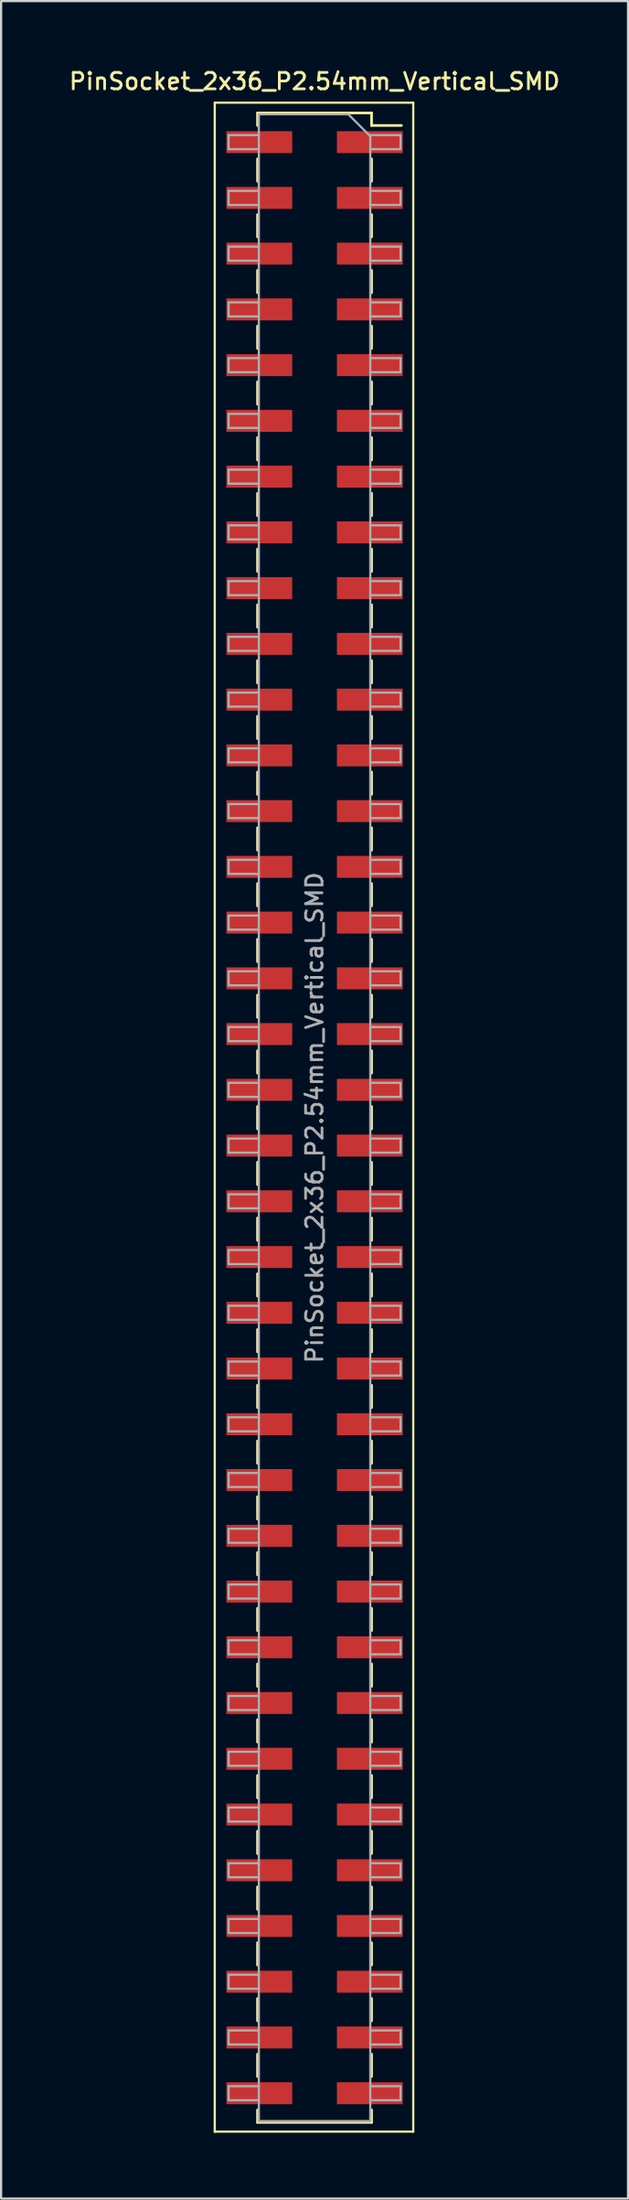
<source format=kicad_pcb>
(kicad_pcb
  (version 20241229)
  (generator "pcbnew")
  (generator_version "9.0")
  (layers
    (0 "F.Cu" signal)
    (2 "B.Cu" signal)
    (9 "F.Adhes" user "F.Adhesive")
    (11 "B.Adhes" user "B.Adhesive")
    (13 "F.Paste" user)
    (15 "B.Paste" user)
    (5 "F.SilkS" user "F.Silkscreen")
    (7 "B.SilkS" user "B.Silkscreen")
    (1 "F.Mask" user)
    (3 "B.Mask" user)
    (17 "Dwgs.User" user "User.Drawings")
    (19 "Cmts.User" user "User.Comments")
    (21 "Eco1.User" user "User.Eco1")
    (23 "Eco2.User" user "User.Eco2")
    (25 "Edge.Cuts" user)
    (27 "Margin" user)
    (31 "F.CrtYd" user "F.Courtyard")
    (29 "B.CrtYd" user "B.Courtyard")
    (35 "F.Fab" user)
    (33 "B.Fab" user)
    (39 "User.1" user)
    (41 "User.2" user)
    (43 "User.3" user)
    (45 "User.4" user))
  (footprint "PinSocket_2x36_P2.54mm_Vertical_SMD"
    (layer "F.Cu")
    (at 11.291 47.878)
    (property "Reference" "PinSocket_2x36_P2.54mm_Vertical_SMD" (at 0 -47.22 0) (layer "F.SilkS") (effects (font (size 0.75 0.75) (thickness 0.125))))
    (attr smd)
    (fp_line (start -4.55 -46.25) (end 4.5 -46.25) (stroke (width 0.1) (type solid)) (layer "F.SilkS"))
    (fp_line (start -4.55 46.2) (end -4.55 -46.25) (stroke (width 0.1) (type solid)) (layer "F.SilkS"))
    (fp_line (start -2.6 -45.78) (end -2.6 -45.21) (stroke (width 0.12) (type solid)) (layer "F.SilkS"))
    (fp_line (start -2.6 -45.78) (end 2.6 -45.78) (stroke (width 0.12) (type solid)) (layer "F.SilkS"))
    (fp_line (start -2.6 -43.69) (end -2.6 -42.67) (stroke (width 0.12) (type solid)) (layer "F.SilkS"))
    (fp_line (start -2.6 -41.15) (end -2.6 -40.13) (stroke (width 0.12) (type solid)) (layer "F.SilkS"))
    (fp_line (start -2.6 -38.61) (end -2.6 -37.59) (stroke (width 0.12) (type solid)) (layer "F.SilkS"))
    (fp_line (start -2.6 -36.07) (end -2.6 -35.05) (stroke (width 0.12) (type solid)) (layer "F.SilkS"))
    (fp_line (start -2.6 -33.53) (end -2.6 -32.51) (stroke (width 0.12) (type solid)) (layer "F.SilkS"))
    (fp_line (start -2.6 -30.99) (end -2.6 -29.97) (stroke (width 0.12) (type solid)) (layer "F.SilkS"))
    (fp_line (start -2.6 -28.45) (end -2.6 -27.43) (stroke (width 0.12) (type solid)) (layer "F.SilkS"))
    (fp_line (start -2.6 -25.91) (end -2.6 -24.89) (stroke (width 0.12) (type solid)) (layer "F.SilkS"))
    (fp_line (start -2.6 -23.37) (end -2.6 -22.35) (stroke (width 0.12) (type solid)) (layer "F.SilkS"))
    (fp_line (start -2.6 -20.83) (end -2.6 -19.81) (stroke (width 0.12) (type solid)) (layer "F.SilkS"))
    (fp_line (start -2.6 -18.29) (end -2.6 -17.27) (stroke (width 0.12) (type solid)) (layer "F.SilkS"))
    (fp_line (start -2.6 -15.75) (end -2.6 -14.73) (stroke (width 0.12) (type solid)) (layer "F.SilkS"))
    (fp_line (start -2.6 -13.21) (end -2.6 -12.19) (stroke (width 0.12) (type solid)) (layer "F.SilkS"))
    (fp_line (start -2.6 -10.67) (end -2.6 -9.65) (stroke (width 0.12) (type solid)) (layer "F.SilkS"))
    (fp_line (start -2.6 -8.13) (end -2.6 -7.11) (stroke (width 0.12) (type solid)) (layer "F.SilkS"))
    (fp_line (start -2.6 -5.59) (end -2.6 -4.57) (stroke (width 0.12) (type solid)) (layer "F.SilkS"))
    (fp_line (start -2.6 -3.05) (end -2.6 -2.03) (stroke (width 0.12) (type solid)) (layer "F.SilkS"))
    (fp_line (start -2.6 -0.51) (end -2.6 0.51) (stroke (width 0.12) (type solid)) (layer "F.SilkS"))
    (fp_line (start -2.6 2.03) (end -2.6 3.05) (stroke (width 0.12) (type solid)) (layer "F.SilkS"))
    (fp_line (start -2.6 4.57) (end -2.6 5.59) (stroke (width 0.12) (type solid)) (layer "F.SilkS"))
    (fp_line (start -2.6 7.11) (end -2.6 8.13) (stroke (width 0.12) (type solid)) (layer "F.SilkS"))
    (fp_line (start -2.6 9.65) (end -2.6 10.67) (stroke (width 0.12) (type solid)) (layer "F.SilkS"))
    (fp_line (start -2.6 12.19) (end -2.6 13.21) (stroke (width 0.12) (type solid)) (layer "F.SilkS"))
    (fp_line (start -2.6 14.73) (end -2.6 15.75) (stroke (width 0.12) (type solid)) (layer "F.SilkS"))
    (fp_line (start -2.6 17.27) (end -2.6 18.29) (stroke (width 0.12) (type solid)) (layer "F.SilkS"))
    (fp_line (start -2.6 19.81) (end -2.6 20.83) (stroke (width 0.12) (type solid)) (layer "F.SilkS"))
    (fp_line (start -2.6 22.35) (end -2.6 23.37) (stroke (width 0.12) (type solid)) (layer "F.SilkS"))
    (fp_line (start -2.6 24.89) (end -2.6 25.91) (stroke (width 0.12) (type solid)) (layer "F.SilkS"))
    (fp_line (start -2.6 27.43) (end -2.6 28.45) (stroke (width 0.12) (type solid)) (layer "F.SilkS"))
    (fp_line (start -2.6 29.97) (end -2.6 30.99) (stroke (width 0.12) (type solid)) (layer "F.SilkS"))
    (fp_line (start -2.6 32.51) (end -2.6 33.53) (stroke (width 0.12) (type solid)) (layer "F.SilkS"))
    (fp_line (start -2.6 35.05) (end -2.6 36.07) (stroke (width 0.12) (type solid)) (layer "F.SilkS"))
    (fp_line (start -2.6 37.59) (end -2.6 38.61) (stroke (width 0.12) (type solid)) (layer "F.SilkS"))
    (fp_line (start -2.6 40.13) (end -2.6 41.15) (stroke (width 0.12) (type solid)) (layer "F.SilkS"))
    (fp_line (start -2.6 42.67) (end -2.6 43.69) (stroke (width 0.12) (type solid)) (layer "F.SilkS"))
    (fp_line (start -2.6 45.21) (end -2.6 45.78) (stroke (width 0.12) (type solid)) (layer "F.SilkS"))
    (fp_line (start -2.6 45.78) (end 2.6 45.78) (stroke (width 0.12) (type solid)) (layer "F.SilkS"))
    (fp_line (start 2.6 -45.78) (end 2.6 -45.21) (stroke (width 0.12) (type solid)) (layer "F.SilkS"))
    (fp_line (start 2.6 -45.21) (end 3.96 -45.21) (stroke (width 0.12) (type solid)) (layer "F.SilkS"))
    (fp_line (start 2.6 -43.69) (end 2.6 -42.67) (stroke (width 0.12) (type solid)) (layer "F.SilkS"))
    (fp_line (start 2.6 -41.15) (end 2.6 -40.13) (stroke (width 0.12) (type solid)) (layer "F.SilkS"))
    (fp_line (start 2.6 -38.61) (end 2.6 -37.59) (stroke (width 0.12) (type solid)) (layer "F.SilkS"))
    (fp_line (start 2.6 -36.07) (end 2.6 -35.05) (stroke (width 0.12) (type solid)) (layer "F.SilkS"))
    (fp_line (start 2.6 -33.53) (end 2.6 -32.51) (stroke (width 0.12) (type solid)) (layer "F.SilkS"))
    (fp_line (start 2.6 -30.99) (end 2.6 -29.97) (stroke (width 0.12) (type solid)) (layer "F.SilkS"))
    (fp_line (start 2.6 -28.45) (end 2.6 -27.43) (stroke (width 0.12) (type solid)) (layer "F.SilkS"))
    (fp_line (start 2.6 -25.91) (end 2.6 -24.89) (stroke (width 0.12) (type solid)) (layer "F.SilkS"))
    (fp_line (start 2.6 -23.37) (end 2.6 -22.35) (stroke (width 0.12) (type solid)) (layer "F.SilkS"))
    (fp_line (start 2.6 -20.83) (end 2.6 -19.81) (stroke (width 0.12) (type solid)) (layer "F.SilkS"))
    (fp_line (start 2.6 -18.29) (end 2.6 -17.27) (stroke (width 0.12) (type solid)) (layer "F.SilkS"))
    (fp_line (start 2.6 -15.75) (end 2.6 -14.73) (stroke (width 0.12) (type solid)) (layer "F.SilkS"))
    (fp_line (start 2.6 -13.21) (end 2.6 -12.19) (stroke (width 0.12) (type solid)) (layer "F.SilkS"))
    (fp_line (start 2.6 -10.67) (end 2.6 -9.65) (stroke (width 0.12) (type solid)) (layer "F.SilkS"))
    (fp_line (start 2.6 -8.13) (end 2.6 -7.11) (stroke (width 0.12) (type solid)) (layer "F.SilkS"))
    (fp_line (start 2.6 -5.59) (end 2.6 -4.57) (stroke (width 0.12) (type solid)) (layer "F.SilkS"))
    (fp_line (start 2.6 -3.05) (end 2.6 -2.03) (stroke (width 0.12) (type solid)) (layer "F.SilkS"))
    (fp_line (start 2.6 -0.51) (end 2.6 0.51) (stroke (width 0.12) (type solid)) (layer "F.SilkS"))
    (fp_line (start 2.6 2.03) (end 2.6 3.05) (stroke (width 0.12) (type solid)) (layer "F.SilkS"))
    (fp_line (start 2.6 4.57) (end 2.6 5.59) (stroke (width 0.12) (type solid)) (layer "F.SilkS"))
    (fp_line (start 2.6 7.11) (end 2.6 8.13) (stroke (width 0.12) (type solid)) (layer "F.SilkS"))
    (fp_line (start 2.6 9.65) (end 2.6 10.67) (stroke (width 0.12) (type solid)) (layer "F.SilkS"))
    (fp_line (start 2.6 12.19) (end 2.6 13.21) (stroke (width 0.12) (type solid)) (layer "F.SilkS"))
    (fp_line (start 2.6 14.73) (end 2.6 15.75) (stroke (width 0.12) (type solid)) (layer "F.SilkS"))
    (fp_line (start 2.6 17.27) (end 2.6 18.29) (stroke (width 0.12) (type solid)) (layer "F.SilkS"))
    (fp_line (start 2.6 19.81) (end 2.6 20.83) (stroke (width 0.12) (type solid)) (layer "F.SilkS"))
    (fp_line (start 2.6 22.35) (end 2.6 23.37) (stroke (width 0.12) (type solid)) (layer "F.SilkS"))
    (fp_line (start 2.6 24.89) (end 2.6 25.91) (stroke (width 0.12) (type solid)) (layer "F.SilkS"))
    (fp_line (start 2.6 27.43) (end 2.6 28.45) (stroke (width 0.12) (type solid)) (layer "F.SilkS"))
    (fp_line (start 2.6 29.97) (end 2.6 30.99) (stroke (width 0.12) (type solid)) (layer "F.SilkS"))
    (fp_line (start 2.6 32.51) (end 2.6 33.53) (stroke (width 0.12) (type solid)) (layer "F.SilkS"))
    (fp_line (start 2.6 35.05) (end 2.6 36.07) (stroke (width 0.12) (type solid)) (layer "F.SilkS"))
    (fp_line (start 2.6 37.59) (end 2.6 38.61) (stroke (width 0.12) (type solid)) (layer "F.SilkS"))
    (fp_line (start 2.6 40.13) (end 2.6 41.15) (stroke (width 0.12) (type solid)) (layer "F.SilkS"))
    (fp_line (start 2.6 42.67) (end 2.6 43.69) (stroke (width 0.12) (type solid)) (layer "F.SilkS"))
    (fp_line (start 2.6 45.21) (end 2.6 45.78) (stroke (width 0.12) (type solid)) (layer "F.SilkS"))
    (fp_line (start 4.5 -46.25) (end 4.5 46.2) (stroke (width 0.1) (type solid)) (layer "F.SilkS"))
    (fp_line (start 4.5 46.2) (end -4.55 46.2) (stroke (width 0.1) (type solid)) (layer "F.SilkS"))
    (fp_line (start -3.92 -44.77) (end -2.54 -44.77) (stroke (width 0.1) (type solid)) (layer "F.Fab"))
    (fp_line (start -3.92 -44.13) (end -3.92 -44.77) (stroke (width 0.1) (type solid)) (layer "F.Fab"))
    (fp_line (start -3.92 -42.23) (end -2.54 -42.23) (stroke (width 0.1) (type solid)) (layer "F.Fab"))
    (fp_line (start -3.92 -41.59) (end -3.92 -42.23) (stroke (width 0.1) (type solid)) (layer "F.Fab"))
    (fp_line (start -3.92 -39.69) (end -2.54 -39.69) (stroke (width 0.1) (type solid)) (layer "F.Fab"))
    (fp_line (start -3.92 -39.05) (end -3.92 -39.69) (stroke (width 0.1) (type solid)) (layer "F.Fab"))
    (fp_line (start -3.92 -37.15) (end -2.54 -37.15) (stroke (width 0.1) (type solid)) (layer "F.Fab"))
    (fp_line (start -3.92 -36.51) (end -3.92 -37.15) (stroke (width 0.1) (type solid)) (layer "F.Fab"))
    (fp_line (start -3.92 -34.61) (end -2.54 -34.61) (stroke (width 0.1) (type solid)) (layer "F.Fab"))
    (fp_line (start -3.92 -33.97) (end -3.92 -34.61) (stroke (width 0.1) (type solid)) (layer "F.Fab"))
    (fp_line (start -3.92 -32.07) (end -2.54 -32.07) (stroke (width 0.1) (type solid)) (layer "F.Fab"))
    (fp_line (start -3.92 -31.43) (end -3.92 -32.07) (stroke (width 0.1) (type solid)) (layer "F.Fab"))
    (fp_line (start -3.92 -29.53) (end -2.54 -29.53) (stroke (width 0.1) (type solid)) (layer "F.Fab"))
    (fp_line (start -3.92 -28.89) (end -3.92 -29.53) (stroke (width 0.1) (type solid)) (layer "F.Fab"))
    (fp_line (start -3.92 -26.99) (end -2.54 -26.99) (stroke (width 0.1) (type solid)) (layer "F.Fab"))
    (fp_line (start -3.92 -26.35) (end -3.92 -26.99) (stroke (width 0.1) (type solid)) (layer "F.Fab"))
    (fp_line (start -3.92 -24.45) (end -2.54 -24.45) (stroke (width 0.1) (type solid)) (layer "F.Fab"))
    (fp_line (start -3.92 -23.81) (end -3.92 -24.45) (stroke (width 0.1) (type solid)) (layer "F.Fab"))
    (fp_line (start -3.92 -21.91) (end -2.54 -21.91) (stroke (width 0.1) (type solid)) (layer "F.Fab"))
    (fp_line (start -3.92 -21.27) (end -3.92 -21.91) (stroke (width 0.1) (type solid)) (layer "F.Fab"))
    (fp_line (start -3.92 -19.37) (end -2.54 -19.37) (stroke (width 0.1) (type solid)) (layer "F.Fab"))
    (fp_line (start -3.92 -18.73) (end -3.92 -19.37) (stroke (width 0.1) (type solid)) (layer "F.Fab"))
    (fp_line (start -3.92 -16.83) (end -2.54 -16.83) (stroke (width 0.1) (type solid)) (layer "F.Fab"))
    (fp_line (start -3.92 -16.19) (end -3.92 -16.83) (stroke (width 0.1) (type solid)) (layer "F.Fab"))
    (fp_line (start -3.92 -14.29) (end -2.54 -14.29) (stroke (width 0.1) (type solid)) (layer "F.Fab"))
    (fp_line (start -3.92 -13.65) (end -3.92 -14.29) (stroke (width 0.1) (type solid)) (layer "F.Fab"))
    (fp_line (start -3.92 -11.75) (end -2.54 -11.75) (stroke (width 0.1) (type solid)) (layer "F.Fab"))
    (fp_line (start -3.92 -11.11) (end -3.92 -11.75) (stroke (width 0.1) (type solid)) (layer "F.Fab"))
    (fp_line (start -3.92 -9.21) (end -2.54 -9.21) (stroke (width 0.1) (type solid)) (layer "F.Fab"))
    (fp_line (start -3.92 -8.57) (end -3.92 -9.21) (stroke (width 0.1) (type solid)) (layer "F.Fab"))
    (fp_line (start -3.92 -6.67) (end -2.54 -6.67) (stroke (width 0.1) (type solid)) (layer "F.Fab"))
    (fp_line (start -3.92 -6.03) (end -3.92 -6.67) (stroke (width 0.1) (type solid)) (layer "F.Fab"))
    (fp_line (start -3.92 -4.13) (end -2.54 -4.13) (stroke (width 0.1) (type solid)) (layer "F.Fab"))
    (fp_line (start -3.92 -3.49) (end -3.92 -4.13) (stroke (width 0.1) (type solid)) (layer "F.Fab"))
    (fp_line (start -3.92 -1.59) (end -2.54 -1.59) (stroke (width 0.1) (type solid)) (layer "F.Fab"))
    (fp_line (start -3.92 -0.95) (end -3.92 -1.59) (stroke (width 0.1) (type solid)) (layer "F.Fab"))
    (fp_line (start -3.92 0.95) (end -2.54 0.95) (stroke (width 0.1) (type solid)) (layer "F.Fab"))
    (fp_line (start -3.92 1.59) (end -3.92 0.95) (stroke (width 0.1) (type solid)) (layer "F.Fab"))
    (fp_line (start -3.92 3.49) (end -2.54 3.49) (stroke (width 0.1) (type solid)) (layer "F.Fab"))
    (fp_line (start -3.92 4.13) (end -3.92 3.49) (stroke (width 0.1) (type solid)) (layer "F.Fab"))
    (fp_line (start -3.92 6.03) (end -2.54 6.03) (stroke (width 0.1) (type solid)) (layer "F.Fab"))
    (fp_line (start -3.92 6.67) (end -3.92 6.03) (stroke (width 0.1) (type solid)) (layer "F.Fab"))
    (fp_line (start -3.92 8.57) (end -2.54 8.57) (stroke (width 0.1) (type solid)) (layer "F.Fab"))
    (fp_line (start -3.92 9.21) (end -3.92 8.57) (stroke (width 0.1) (type solid)) (layer "F.Fab"))
    (fp_line (start -3.92 11.11) (end -2.54 11.11) (stroke (width 0.1) (type solid)) (layer "F.Fab"))
    (fp_line (start -3.92 11.75) (end -3.92 11.11) (stroke (width 0.1) (type solid)) (layer "F.Fab"))
    (fp_line (start -3.92 13.65) (end -2.54 13.65) (stroke (width 0.1) (type solid)) (layer "F.Fab"))
    (fp_line (start -3.92 14.29) (end -3.92 13.65) (stroke (width 0.1) (type solid)) (layer "F.Fab"))
    (fp_line (start -3.92 16.19) (end -2.54 16.19) (stroke (width 0.1) (type solid)) (layer "F.Fab"))
    (fp_line (start -3.92 16.83) (end -3.92 16.19) (stroke (width 0.1) (type solid)) (layer "F.Fab"))
    (fp_line (start -3.92 18.73) (end -2.54 18.73) (stroke (width 0.1) (type solid)) (layer "F.Fab"))
    (fp_line (start -3.92 19.37) (end -3.92 18.73) (stroke (width 0.1) (type solid)) (layer "F.Fab"))
    (fp_line (start -3.92 21.27) (end -2.54 21.27) (stroke (width 0.1) (type solid)) (layer "F.Fab"))
    (fp_line (start -3.92 21.91) (end -3.92 21.27) (stroke (width 0.1) (type solid)) (layer "F.Fab"))
    (fp_line (start -3.92 23.81) (end -2.54 23.81) (stroke (width 0.1) (type solid)) (layer "F.Fab"))
    (fp_line (start -3.92 24.45) (end -3.92 23.81) (stroke (width 0.1) (type solid)) (layer "F.Fab"))
    (fp_line (start -3.92 26.35) (end -2.54 26.35) (stroke (width 0.1) (type solid)) (layer "F.Fab"))
    (fp_line (start -3.92 26.99) (end -3.92 26.35) (stroke (width 0.1) (type solid)) (layer "F.Fab"))
    (fp_line (start -3.92 28.89) (end -2.54 28.89) (stroke (width 0.1) (type solid)) (layer "F.Fab"))
    (fp_line (start -3.92 29.53) (end -3.92 28.89) (stroke (width 0.1) (type solid)) (layer "F.Fab"))
    (fp_line (start -3.92 31.43) (end -2.54 31.43) (stroke (width 0.1) (type solid)) (layer "F.Fab"))
    (fp_line (start -3.92 32.07) (end -3.92 31.43) (stroke (width 0.1) (type solid)) (layer "F.Fab"))
    (fp_line (start -3.92 33.97) (end -2.54 33.97) (stroke (width 0.1) (type solid)) (layer "F.Fab"))
    (fp_line (start -3.92 34.61) (end -3.92 33.97) (stroke (width 0.1) (type solid)) (layer "F.Fab"))
    (fp_line (start -3.92 36.51) (end -2.54 36.51) (stroke (width 0.1) (type solid)) (layer "F.Fab"))
    (fp_line (start -3.92 37.15) (end -3.92 36.51) (stroke (width 0.1) (type solid)) (layer "F.Fab"))
    (fp_line (start -3.92 39.05) (end -2.54 39.05) (stroke (width 0.1) (type solid)) (layer "F.Fab"))
    (fp_line (start -3.92 39.69) (end -3.92 39.05) (stroke (width 0.1) (type solid)) (layer "F.Fab"))
    (fp_line (start -3.92 41.59) (end -2.54 41.59) (stroke (width 0.1) (type solid)) (layer "F.Fab"))
    (fp_line (start -3.92 42.23) (end -3.92 41.59) (stroke (width 0.1) (type solid)) (layer "F.Fab"))
    (fp_line (start -3.92 44.13) (end -2.54 44.13) (stroke (width 0.1) (type solid)) (layer "F.Fab"))
    (fp_line (start -3.92 44.77) (end -3.92 44.13) (stroke (width 0.1) (type solid)) (layer "F.Fab"))
    (fp_line (start -2.54 -45.72) (end 1.54 -45.72) (stroke (width 0.1) (type solid)) (layer "F.Fab"))
    (fp_line (start -2.54 -44.13) (end -3.92 -44.13) (stroke (width 0.1) (type solid)) (layer "F.Fab"))
    (fp_line (start -2.54 -41.59) (end -3.92 -41.59) (stroke (width 0.1) (type solid)) (layer "F.Fab"))
    (fp_line (start -2.54 -39.05) (end -3.92 -39.05) (stroke (width 0.1) (type solid)) (layer "F.Fab"))
    (fp_line (start -2.54 -36.51) (end -3.92 -36.51) (stroke (width 0.1) (type solid)) (layer "F.Fab"))
    (fp_line (start -2.54 -33.97) (end -3.92 -33.97) (stroke (width 0.1) (type solid)) (layer "F.Fab"))
    (fp_line (start -2.54 -31.43) (end -3.92 -31.43) (stroke (width 0.1) (type solid)) (layer "F.Fab"))
    (fp_line (start -2.54 -28.89) (end -3.92 -28.89) (stroke (width 0.1) (type solid)) (layer "F.Fab"))
    (fp_line (start -2.54 -26.35) (end -3.92 -26.35) (stroke (width 0.1) (type solid)) (layer "F.Fab"))
    (fp_line (start -2.54 -23.81) (end -3.92 -23.81) (stroke (width 0.1) (type solid)) (layer "F.Fab"))
    (fp_line (start -2.54 -21.27) (end -3.92 -21.27) (stroke (width 0.1) (type solid)) (layer "F.Fab"))
    (fp_line (start -2.54 -18.73) (end -3.92 -18.73) (stroke (width 0.1) (type solid)) (layer "F.Fab"))
    (fp_line (start -2.54 -16.19) (end -3.92 -16.19) (stroke (width 0.1) (type solid)) (layer "F.Fab"))
    (fp_line (start -2.54 -13.65) (end -3.92 -13.65) (stroke (width 0.1) (type solid)) (layer "F.Fab"))
    (fp_line (start -2.54 -11.11) (end -3.92 -11.11) (stroke (width 0.1) (type solid)) (layer "F.Fab"))
    (fp_line (start -2.54 -8.57) (end -3.92 -8.57) (stroke (width 0.1) (type solid)) (layer "F.Fab"))
    (fp_line (start -2.54 -6.03) (end -3.92 -6.03) (stroke (width 0.1) (type solid)) (layer "F.Fab"))
    (fp_line (start -2.54 -3.49) (end -3.92 -3.49) (stroke (width 0.1) (type solid)) (layer "F.Fab"))
    (fp_line (start -2.54 -0.95) (end -3.92 -0.95) (stroke (width 0.1) (type solid)) (layer "F.Fab"))
    (fp_line (start -2.54 1.59) (end -3.92 1.59) (stroke (width 0.1) (type solid)) (layer "F.Fab"))
    (fp_line (start -2.54 4.13) (end -3.92 4.13) (stroke (width 0.1) (type solid)) (layer "F.Fab"))
    (fp_line (start -2.54 6.67) (end -3.92 6.67) (stroke (width 0.1) (type solid)) (layer "F.Fab"))
    (fp_line (start -2.54 9.21) (end -3.92 9.21) (stroke (width 0.1) (type solid)) (layer "F.Fab"))
    (fp_line (start -2.54 11.75) (end -3.92 11.75) (stroke (width 0.1) (type solid)) (layer "F.Fab"))
    (fp_line (start -2.54 14.29) (end -3.92 14.29) (stroke (width 0.1) (type solid)) (layer "F.Fab"))
    (fp_line (start -2.54 16.83) (end -3.92 16.83) (stroke (width 0.1) (type solid)) (layer "F.Fab"))
    (fp_line (start -2.54 19.37) (end -3.92 19.37) (stroke (width 0.1) (type solid)) (layer "F.Fab"))
    (fp_line (start -2.54 21.91) (end -3.92 21.91) (stroke (width 0.1) (type solid)) (layer "F.Fab"))
    (fp_line (start -2.54 24.45) (end -3.92 24.45) (stroke (width 0.1) (type solid)) (layer "F.Fab"))
    (fp_line (start -2.54 26.99) (end -3.92 26.99) (stroke (width 0.1) (type solid)) (layer "F.Fab"))
    (fp_line (start -2.54 29.53) (end -3.92 29.53) (stroke (width 0.1) (type solid)) (layer "F.Fab"))
    (fp_line (start -2.54 32.07) (end -3.92 32.07) (stroke (width 0.1) (type solid)) (layer "F.Fab"))
    (fp_line (start -2.54 34.61) (end -3.92 34.61) (stroke (width 0.1) (type solid)) (layer "F.Fab"))
    (fp_line (start -2.54 37.15) (end -3.92 37.15) (stroke (width 0.1) (type solid)) (layer "F.Fab"))
    (fp_line (start -2.54 39.69) (end -3.92 39.69) (stroke (width 0.1) (type solid)) (layer "F.Fab"))
    (fp_line (start -2.54 42.23) (end -3.92 42.23) (stroke (width 0.1) (type solid)) (layer "F.Fab"))
    (fp_line (start -2.54 44.77) (end -3.92 44.77) (stroke (width 0.1) (type solid)) (layer "F.Fab"))
    (fp_line (start -2.54 45.72) (end -2.54 -45.72) (stroke (width 0.1) (type solid)) (layer "F.Fab"))
    (fp_line (start 1.54 -45.72) (end 2.54 -44.72) (stroke (width 0.1) (type solid)) (layer "F.Fab"))
    (fp_line (start 2.54 -44.77) (end 3.92 -44.77) (stroke (width 0.1) (type solid)) (layer "F.Fab"))
    (fp_line (start 2.54 -44.72) (end 2.54 45.72) (stroke (width 0.1) (type solid)) (layer "F.Fab"))
    (fp_line (start 2.54 -42.23) (end 3.92 -42.23) (stroke (width 0.1) (type solid)) (layer "F.Fab"))
    (fp_line (start 2.54 -39.69) (end 3.92 -39.69) (stroke (width 0.1) (type solid)) (layer "F.Fab"))
    (fp_line (start 2.54 -37.15) (end 3.92 -37.15) (stroke (width 0.1) (type solid)) (layer "F.Fab"))
    (fp_line (start 2.54 -34.61) (end 3.92 -34.61) (stroke (width 0.1) (type solid)) (layer "F.Fab"))
    (fp_line (start 2.54 -32.07) (end 3.92 -32.07) (stroke (width 0.1) (type solid)) (layer "F.Fab"))
    (fp_line (start 2.54 -29.53) (end 3.92 -29.53) (stroke (width 0.1) (type solid)) (layer "F.Fab"))
    (fp_line (start 2.54 -26.99) (end 3.92 -26.99) (stroke (width 0.1) (type solid)) (layer "F.Fab"))
    (fp_line (start 2.54 -24.45) (end 3.92 -24.45) (stroke (width 0.1) (type solid)) (layer "F.Fab"))
    (fp_line (start 2.54 -21.91) (end 3.92 -21.91) (stroke (width 0.1) (type solid)) (layer "F.Fab"))
    (fp_line (start 2.54 -19.37) (end 3.92 -19.37) (stroke (width 0.1) (type solid)) (layer "F.Fab"))
    (fp_line (start 2.54 -16.83) (end 3.92 -16.83) (stroke (width 0.1) (type solid)) (layer "F.Fab"))
    (fp_line (start 2.54 -14.29) (end 3.92 -14.29) (stroke (width 0.1) (type solid)) (layer "F.Fab"))
    (fp_line (start 2.54 -11.75) (end 3.92 -11.75) (stroke (width 0.1) (type solid)) (layer "F.Fab"))
    (fp_line (start 2.54 -9.21) (end 3.92 -9.21) (stroke (width 0.1) (type solid)) (layer "F.Fab"))
    (fp_line (start 2.54 -6.67) (end 3.92 -6.67) (stroke (width 0.1) (type solid)) (layer "F.Fab"))
    (fp_line (start 2.54 -4.13) (end 3.92 -4.13) (stroke (width 0.1) (type solid)) (layer "F.Fab"))
    (fp_line (start 2.54 -1.59) (end 3.92 -1.59) (stroke (width 0.1) (type solid)) (layer "F.Fab"))
    (fp_line (start 2.54 0.95) (end 3.92 0.95) (stroke (width 0.1) (type solid)) (layer "F.Fab"))
    (fp_line (start 2.54 3.49) (end 3.92 3.49) (stroke (width 0.1) (type solid)) (layer "F.Fab"))
    (fp_line (start 2.54 6.03) (end 3.92 6.03) (stroke (width 0.1) (type solid)) (layer "F.Fab"))
    (fp_line (start 2.54 8.57) (end 3.92 8.57) (stroke (width 0.1) (type solid)) (layer "F.Fab"))
    (fp_line (start 2.54 11.11) (end 3.92 11.11) (stroke (width 0.1) (type solid)) (layer "F.Fab"))
    (fp_line (start 2.54 13.65) (end 3.92 13.65) (stroke (width 0.1) (type solid)) (layer "F.Fab"))
    (fp_line (start 2.54 16.19) (end 3.92 16.19) (stroke (width 0.1) (type solid)) (layer "F.Fab"))
    (fp_line (start 2.54 18.73) (end 3.92 18.73) (stroke (width 0.1) (type solid)) (layer "F.Fab"))
    (fp_line (start 2.54 21.27) (end 3.92 21.27) (stroke (width 0.1) (type solid)) (layer "F.Fab"))
    (fp_line (start 2.54 23.81) (end 3.92 23.81) (stroke (width 0.1) (type solid)) (layer "F.Fab"))
    (fp_line (start 2.54 26.35) (end 3.92 26.35) (stroke (width 0.1) (type solid)) (layer "F.Fab"))
    (fp_line (start 2.54 28.89) (end 3.92 28.89) (stroke (width 0.1) (type solid)) (layer "F.Fab"))
    (fp_line (start 2.54 31.43) (end 3.92 31.43) (stroke (width 0.1) (type solid)) (layer "F.Fab"))
    (fp_line (start 2.54 33.97) (end 3.92 33.97) (stroke (width 0.1) (type solid)) (layer "F.Fab"))
    (fp_line (start 2.54 36.51) (end 3.92 36.51) (stroke (width 0.1) (type solid)) (layer "F.Fab"))
    (fp_line (start 2.54 39.05) (end 3.92 39.05) (stroke (width 0.1) (type solid)) (layer "F.Fab"))
    (fp_line (start 2.54 41.59) (end 3.92 41.59) (stroke (width 0.1) (type solid)) (layer "F.Fab"))
    (fp_line (start 2.54 44.13) (end 3.92 44.13) (stroke (width 0.1) (type solid)) (layer "F.Fab"))
    (fp_line (start 2.54 45.72) (end -2.54 45.72) (stroke (width 0.1) (type solid)) (layer "F.Fab"))
    (fp_line (start 3.92 -44.77) (end 3.92 -44.13) (stroke (width 0.1) (type solid)) (layer "F.Fab"))
    (fp_line (start 3.92 -44.13) (end 2.54 -44.13) (stroke (width 0.1) (type solid)) (layer "F.Fab"))
    (fp_line (start 3.92 -42.23) (end 3.92 -41.59) (stroke (width 0.1) (type solid)) (layer "F.Fab"))
    (fp_line (start 3.92 -41.59) (end 2.54 -41.59) (stroke (width 0.1) (type solid)) (layer "F.Fab"))
    (fp_line (start 3.92 -39.69) (end 3.92 -39.05) (stroke (width 0.1) (type solid)) (layer "F.Fab"))
    (fp_line (start 3.92 -39.05) (end 2.54 -39.05) (stroke (width 0.1) (type solid)) (layer "F.Fab"))
    (fp_line (start 3.92 -37.15) (end 3.92 -36.51) (stroke (width 0.1) (type solid)) (layer "F.Fab"))
    (fp_line (start 3.92 -36.51) (end 2.54 -36.51) (stroke (width 0.1) (type solid)) (layer "F.Fab"))
    (fp_line (start 3.92 -34.61) (end 3.92 -33.97) (stroke (width 0.1) (type solid)) (layer "F.Fab"))
    (fp_line (start 3.92 -33.97) (end 2.54 -33.97) (stroke (width 0.1) (type solid)) (layer "F.Fab"))
    (fp_line (start 3.92 -32.07) (end 3.92 -31.43) (stroke (width 0.1) (type solid)) (layer "F.Fab"))
    (fp_line (start 3.92 -31.43) (end 2.54 -31.43) (stroke (width 0.1) (type solid)) (layer "F.Fab"))
    (fp_line (start 3.92 -29.53) (end 3.92 -28.89) (stroke (width 0.1) (type solid)) (layer "F.Fab"))
    (fp_line (start 3.92 -28.89) (end 2.54 -28.89) (stroke (width 0.1) (type solid)) (layer "F.Fab"))
    (fp_line (start 3.92 -26.99) (end 3.92 -26.35) (stroke (width 0.1) (type solid)) (layer "F.Fab"))
    (fp_line (start 3.92 -26.35) (end 2.54 -26.35) (stroke (width 0.1) (type solid)) (layer "F.Fab"))
    (fp_line (start 3.92 -24.45) (end 3.92 -23.81) (stroke (width 0.1) (type solid)) (layer "F.Fab"))
    (fp_line (start 3.92 -23.81) (end 2.54 -23.81) (stroke (width 0.1) (type solid)) (layer "F.Fab"))
    (fp_line (start 3.92 -21.91) (end 3.92 -21.27) (stroke (width 0.1) (type solid)) (layer "F.Fab"))
    (fp_line (start 3.92 -21.27) (end 2.54 -21.27) (stroke (width 0.1) (type solid)) (layer "F.Fab"))
    (fp_line (start 3.92 -19.37) (end 3.92 -18.73) (stroke (width 0.1) (type solid)) (layer "F.Fab"))
    (fp_line (start 3.92 -18.73) (end 2.54 -18.73) (stroke (width 0.1) (type solid)) (layer "F.Fab"))
    (fp_line (start 3.92 -16.83) (end 3.92 -16.19) (stroke (width 0.1) (type solid)) (layer "F.Fab"))
    (fp_line (start 3.92 -16.19) (end 2.54 -16.19) (stroke (width 0.1) (type solid)) (layer "F.Fab"))
    (fp_line (start 3.92 -14.29) (end 3.92 -13.65) (stroke (width 0.1) (type solid)) (layer "F.Fab"))
    (fp_line (start 3.92 -13.65) (end 2.54 -13.65) (stroke (width 0.1) (type solid)) (layer "F.Fab"))
    (fp_line (start 3.92 -11.75) (end 3.92 -11.11) (stroke (width 0.1) (type solid)) (layer "F.Fab"))
    (fp_line (start 3.92 -11.11) (end 2.54 -11.11) (stroke (width 0.1) (type solid)) (layer "F.Fab"))
    (fp_line (start 3.92 -9.21) (end 3.92 -8.57) (stroke (width 0.1) (type solid)) (layer "F.Fab"))
    (fp_line (start 3.92 -8.57) (end 2.54 -8.57) (stroke (width 0.1) (type solid)) (layer "F.Fab"))
    (fp_line (start 3.92 -6.67) (end 3.92 -6.03) (stroke (width 0.1) (type solid)) (layer "F.Fab"))
    (fp_line (start 3.92 -6.03) (end 2.54 -6.03) (stroke (width 0.1) (type solid)) (layer "F.Fab"))
    (fp_line (start 3.92 -4.13) (end 3.92 -3.49) (stroke (width 0.1) (type solid)) (layer "F.Fab"))
    (fp_line (start 3.92 -3.49) (end 2.54 -3.49) (stroke (width 0.1) (type solid)) (layer "F.Fab"))
    (fp_line (start 3.92 -1.59) (end 3.92 -0.95) (stroke (width 0.1) (type solid)) (layer "F.Fab"))
    (fp_line (start 3.92 -0.95) (end 2.54 -0.95) (stroke (width 0.1) (type solid)) (layer "F.Fab"))
    (fp_line (start 3.92 0.95) (end 3.92 1.59) (stroke (width 0.1) (type solid)) (layer "F.Fab"))
    (fp_line (start 3.92 1.59) (end 2.54 1.59) (stroke (width 0.1) (type solid)) (layer "F.Fab"))
    (fp_line (start 3.92 3.49) (end 3.92 4.13) (stroke (width 0.1) (type solid)) (layer "F.Fab"))
    (fp_line (start 3.92 4.13) (end 2.54 4.13) (stroke (width 0.1) (type solid)) (layer "F.Fab"))
    (fp_line (start 3.92 6.03) (end 3.92 6.67) (stroke (width 0.1) (type solid)) (layer "F.Fab"))
    (fp_line (start 3.92 6.67) (end 2.54 6.67) (stroke (width 0.1) (type solid)) (layer "F.Fab"))
    (fp_line (start 3.92 8.57) (end 3.92 9.21) (stroke (width 0.1) (type solid)) (layer "F.Fab"))
    (fp_line (start 3.92 9.21) (end 2.54 9.21) (stroke (width 0.1) (type solid)) (layer "F.Fab"))
    (fp_line (start 3.92 11.11) (end 3.92 11.75) (stroke (width 0.1) (type solid)) (layer "F.Fab"))
    (fp_line (start 3.92 11.75) (end 2.54 11.75) (stroke (width 0.1) (type solid)) (layer "F.Fab"))
    (fp_line (start 3.92 13.65) (end 3.92 14.29) (stroke (width 0.1) (type solid)) (layer "F.Fab"))
    (fp_line (start 3.92 14.29) (end 2.54 14.29) (stroke (width 0.1) (type solid)) (layer "F.Fab"))
    (fp_line (start 3.92 16.19) (end 3.92 16.83) (stroke (width 0.1) (type solid)) (layer "F.Fab"))
    (fp_line (start 3.92 16.83) (end 2.54 16.83) (stroke (width 0.1) (type solid)) (layer "F.Fab"))
    (fp_line (start 3.92 18.73) (end 3.92 19.37) (stroke (width 0.1) (type solid)) (layer "F.Fab"))
    (fp_line (start 3.92 19.37) (end 2.54 19.37) (stroke (width 0.1) (type solid)) (layer "F.Fab"))
    (fp_line (start 3.92 21.27) (end 3.92 21.91) (stroke (width 0.1) (type solid)) (layer "F.Fab"))
    (fp_line (start 3.92 21.91) (end 2.54 21.91) (stroke (width 0.1) (type solid)) (layer "F.Fab"))
    (fp_line (start 3.92 23.81) (end 3.92 24.45) (stroke (width 0.1) (type solid)) (layer "F.Fab"))
    (fp_line (start 3.92 24.45) (end 2.54 24.45) (stroke (width 0.1) (type solid)) (layer "F.Fab"))
    (fp_line (start 3.92 26.35) (end 3.92 26.99) (stroke (width 0.1) (type solid)) (layer "F.Fab"))
    (fp_line (start 3.92 26.99) (end 2.54 26.99) (stroke (width 0.1) (type solid)) (layer "F.Fab"))
    (fp_line (start 3.92 28.89) (end 3.92 29.53) (stroke (width 0.1) (type solid)) (layer "F.Fab"))
    (fp_line (start 3.92 29.53) (end 2.54 29.53) (stroke (width 0.1) (type solid)) (layer "F.Fab"))
    (fp_line (start 3.92 31.43) (end 3.92 32.07) (stroke (width 0.1) (type solid)) (layer "F.Fab"))
    (fp_line (start 3.92 32.07) (end 2.54 32.07) (stroke (width 0.1) (type solid)) (layer "F.Fab"))
    (fp_line (start 3.92 33.97) (end 3.92 34.61) (stroke (width 0.1) (type solid)) (layer "F.Fab"))
    (fp_line (start 3.92 34.61) (end 2.54 34.61) (stroke (width 0.1) (type solid)) (layer "F.Fab"))
    (fp_line (start 3.92 36.51) (end 3.92 37.15) (stroke (width 0.1) (type solid)) (layer "F.Fab"))
    (fp_line (start 3.92 37.15) (end 2.54 37.15) (stroke (width 0.1) (type solid)) (layer "F.Fab"))
    (fp_line (start 3.92 39.05) (end 3.92 39.69) (stroke (width 0.1) (type solid)) (layer "F.Fab"))
    (fp_line (start 3.92 39.69) (end 2.54 39.69) (stroke (width 0.1) (type solid)) (layer "F.Fab"))
    (fp_line (start 3.92 41.59) (end 3.92 42.23) (stroke (width 0.1) (type solid)) (layer "F.Fab"))
    (fp_line (start 3.92 42.23) (end 2.54 42.23) (stroke (width 0.1) (type solid)) (layer "F.Fab"))
    (fp_line (start 3.92 44.13) (end 3.92 44.77) (stroke (width 0.1) (type solid)) (layer "F.Fab"))
    (fp_line (start 3.92 44.77) (end 2.54 44.77) (stroke (width 0.1) (type solid)) (layer "F.Fab"))
    (fp_text user "${REFERENCE}" (at 0 0 90) (layer "F.Fab") (effects (font (size 0.75 0.75) (thickness 0.125))))
    (pad "1" smd rect (at 2.52 -44.45) (size 3 1) (layers "F.Cu" "F.Mask" "F.Paste"))
    (pad "2" smd rect (at -2.52 -44.45) (size 3 1) (layers "F.Cu" "F.Mask" "F.Paste"))
    (pad "3" smd rect (at 2.52 -41.91) (size 3 1) (layers "F.Cu" "F.Mask" "F.Paste"))
    (pad "4" smd rect (at -2.52 -41.91) (size 3 1) (layers "F.Cu" "F.Mask" "F.Paste"))
    (pad "5" smd rect (at 2.52 -39.37) (size 3 1) (layers "F.Cu" "F.Mask" "F.Paste"))
    (pad "6" smd rect (at -2.52 -39.37) (size 3 1) (layers "F.Cu" "F.Mask" "F.Paste"))
    (pad "7" smd rect (at 2.52 -36.83) (size 3 1) (layers "F.Cu" "F.Mask" "F.Paste"))
    (pad "8" smd rect (at -2.52 -36.83) (size 3 1) (layers "F.Cu" "F.Mask" "F.Paste"))
    (pad "9" smd rect (at 2.52 -34.29) (size 3 1) (layers "F.Cu" "F.Mask" "F.Paste"))
    (pad "10" smd rect (at -2.52 -34.29) (size 3 1) (layers "F.Cu" "F.Mask" "F.Paste"))
    (pad "11" smd rect (at 2.52 -31.75) (size 3 1) (layers "F.Cu" "F.Mask" "F.Paste"))
    (pad "12" smd rect (at -2.52 -31.75) (size 3 1) (layers "F.Cu" "F.Mask" "F.Paste"))
    (pad "13" smd rect (at 2.52 -29.21) (size 3 1) (layers "F.Cu" "F.Mask" "F.Paste"))
    (pad "14" smd rect (at -2.52 -29.21) (size 3 1) (layers "F.Cu" "F.Mask" "F.Paste"))
    (pad "15" smd rect (at 2.52 -26.67) (size 3 1) (layers "F.Cu" "F.Mask" "F.Paste"))
    (pad "16" smd rect (at -2.52 -26.67) (size 3 1) (layers "F.Cu" "F.Mask" "F.Paste"))
    (pad "17" smd rect (at 2.52 -24.13) (size 3 1) (layers "F.Cu" "F.Mask" "F.Paste"))
    (pad "18" smd rect (at -2.52 -24.13) (size 3 1) (layers "F.Cu" "F.Mask" "F.Paste"))
    (pad "19" smd rect (at 2.52 -21.59) (size 3 1) (layers "F.Cu" "F.Mask" "F.Paste"))
    (pad "20" smd rect (at -2.52 -21.59) (size 3 1) (layers "F.Cu" "F.Mask" "F.Paste"))
    (pad "21" smd rect (at 2.52 -19.05) (size 3 1) (layers "F.Cu" "F.Mask" "F.Paste"))
    (pad "22" smd rect (at -2.52 -19.05) (size 3 1) (layers "F.Cu" "F.Mask" "F.Paste"))
    (pad "23" smd rect (at 2.52 -16.51) (size 3 1) (layers "F.Cu" "F.Mask" "F.Paste"))
    (pad "24" smd rect (at -2.52 -16.51) (size 3 1) (layers "F.Cu" "F.Mask" "F.Paste"))
    (pad "25" smd rect (at 2.52 -13.97) (size 3 1) (layers "F.Cu" "F.Mask" "F.Paste"))
    (pad "26" smd rect (at -2.52 -13.97) (size 3 1) (layers "F.Cu" "F.Mask" "F.Paste"))
    (pad "27" smd rect (at 2.52 -11.43) (size 3 1) (layers "F.Cu" "F.Mask" "F.Paste"))
    (pad "28" smd rect (at -2.52 -11.43) (size 3 1) (layers "F.Cu" "F.Mask" "F.Paste"))
    (pad "29" smd rect (at 2.52 -8.89) (size 3 1) (layers "F.Cu" "F.Mask" "F.Paste"))
    (pad "30" smd rect (at -2.52 -8.89) (size 3 1) (layers "F.Cu" "F.Mask" "F.Paste"))
    (pad "31" smd rect (at 2.52 -6.35) (size 3 1) (layers "F.Cu" "F.Mask" "F.Paste"))
    (pad "32" smd rect (at -2.52 -6.35) (size 3 1) (layers "F.Cu" "F.Mask" "F.Paste"))
    (pad "33" smd rect (at 2.52 -3.81) (size 3 1) (layers "F.Cu" "F.Mask" "F.Paste"))
    (pad "34" smd rect (at -2.52 -3.81) (size 3 1) (layers "F.Cu" "F.Mask" "F.Paste"))
    (pad "35" smd rect (at 2.52 -1.27) (size 3 1) (layers "F.Cu" "F.Mask" "F.Paste"))
    (pad "36" smd rect (at -2.52 -1.27) (size 3 1) (layers "F.Cu" "F.Mask" "F.Paste"))
    (pad "37" smd rect (at 2.52 1.27) (size 3 1) (layers "F.Cu" "F.Mask" "F.Paste"))
    (pad "38" smd rect (at -2.52 1.27) (size 3 1) (layers "F.Cu" "F.Mask" "F.Paste"))
    (pad "39" smd rect (at 2.52 3.81) (size 3 1) (layers "F.Cu" "F.Mask" "F.Paste"))
    (pad "40" smd rect (at -2.52 3.81) (size 3 1) (layers "F.Cu" "F.Mask" "F.Paste"))
    (pad "41" smd rect (at 2.52 6.35) (size 3 1) (layers "F.Cu" "F.Mask" "F.Paste"))
    (pad "42" smd rect (at -2.52 6.35) (size 3 1) (layers "F.Cu" "F.Mask" "F.Paste"))
    (pad "43" smd rect (at 2.52 8.89) (size 3 1) (layers "F.Cu" "F.Mask" "F.Paste"))
    (pad "44" smd rect (at -2.52 8.89) (size 3 1) (layers "F.Cu" "F.Mask" "F.Paste"))
    (pad "45" smd rect (at 2.52 11.43) (size 3 1) (layers "F.Cu" "F.Mask" "F.Paste"))
    (pad "46" smd rect (at -2.52 11.43) (size 3 1) (layers "F.Cu" "F.Mask" "F.Paste"))
    (pad "47" smd rect (at 2.52 13.97) (size 3 1) (layers "F.Cu" "F.Mask" "F.Paste"))
    (pad "48" smd rect (at -2.52 13.97) (size 3 1) (layers "F.Cu" "F.Mask" "F.Paste"))
    (pad "49" smd rect (at 2.52 16.51) (size 3 1) (layers "F.Cu" "F.Mask" "F.Paste"))
    (pad "50" smd rect (at -2.52 16.51) (size 3 1) (layers "F.Cu" "F.Mask" "F.Paste"))
    (pad "51" smd rect (at 2.52 19.05) (size 3 1) (layers "F.Cu" "F.Mask" "F.Paste"))
    (pad "52" smd rect (at -2.52 19.05) (size 3 1) (layers "F.Cu" "F.Mask" "F.Paste"))
    (pad "53" smd rect (at 2.52 21.59) (size 3 1) (layers "F.Cu" "F.Mask" "F.Paste"))
    (pad "54" smd rect (at -2.52 21.59) (size 3 1) (layers "F.Cu" "F.Mask" "F.Paste"))
    (pad "55" smd rect (at 2.52 24.13) (size 3 1) (layers "F.Cu" "F.Mask" "F.Paste"))
    (pad "56" smd rect (at -2.52 24.13) (size 3 1) (layers "F.Cu" "F.Mask" "F.Paste"))
    (pad "57" smd rect (at 2.52 26.67) (size 3 1) (layers "F.Cu" "F.Mask" "F.Paste"))
    (pad "58" smd rect (at -2.52 26.67) (size 3 1) (layers "F.Cu" "F.Mask" "F.Paste"))
    (pad "59" smd rect (at 2.52 29.21) (size 3 1) (layers "F.Cu" "F.Mask" "F.Paste"))
    (pad "60" smd rect (at -2.52 29.21) (size 3 1) (layers "F.Cu" "F.Mask" "F.Paste"))
    (pad "61" smd rect (at 2.52 31.75) (size 3 1) (layers "F.Cu" "F.Mask" "F.Paste"))
    (pad "62" smd rect (at -2.52 31.75) (size 3 1) (layers "F.Cu" "F.Mask" "F.Paste"))
    (pad "63" smd rect (at 2.52 34.29) (size 3 1) (layers "F.Cu" "F.Mask" "F.Paste"))
    (pad "64" smd rect (at -2.52 34.29) (size 3 1) (layers "F.Cu" "F.Mask" "F.Paste"))
    (pad "65" smd rect (at 2.52 36.83) (size 3 1) (layers "F.Cu" "F.Mask" "F.Paste"))
    (pad "66" smd rect (at -2.52 36.83) (size 3 1) (layers "F.Cu" "F.Mask" "F.Paste"))
    (pad "67" smd rect (at 2.52 39.37) (size 3 1) (layers "F.Cu" "F.Mask" "F.Paste"))
    (pad "68" smd rect (at -2.52 39.37) (size 3 1) (layers "F.Cu" "F.Mask" "F.Paste"))
    (pad "69" smd rect (at 2.52 41.91) (size 3 1) (layers "F.Cu" "F.Mask" "F.Paste"))
    (pad "70" smd rect (at -2.52 41.91) (size 3 1) (layers "F.Cu" "F.Mask" "F.Paste"))
    (pad "71" smd rect (at 2.52 44.45) (size 3 1) (layers "F.Cu" "F.Mask" "F.Paste"))
    (pad "72" smd rect (at -2.52 44.45) (size 3 1) (layers "F.Cu" "F.Mask" "F.Paste")))
  (gr_rect
    (start -3 -3)
    (end 25.582 97.128)
    (stroke (width 0.1) (type default))
    (fill no)
    (layer "Edge.Cuts")))
</source>
